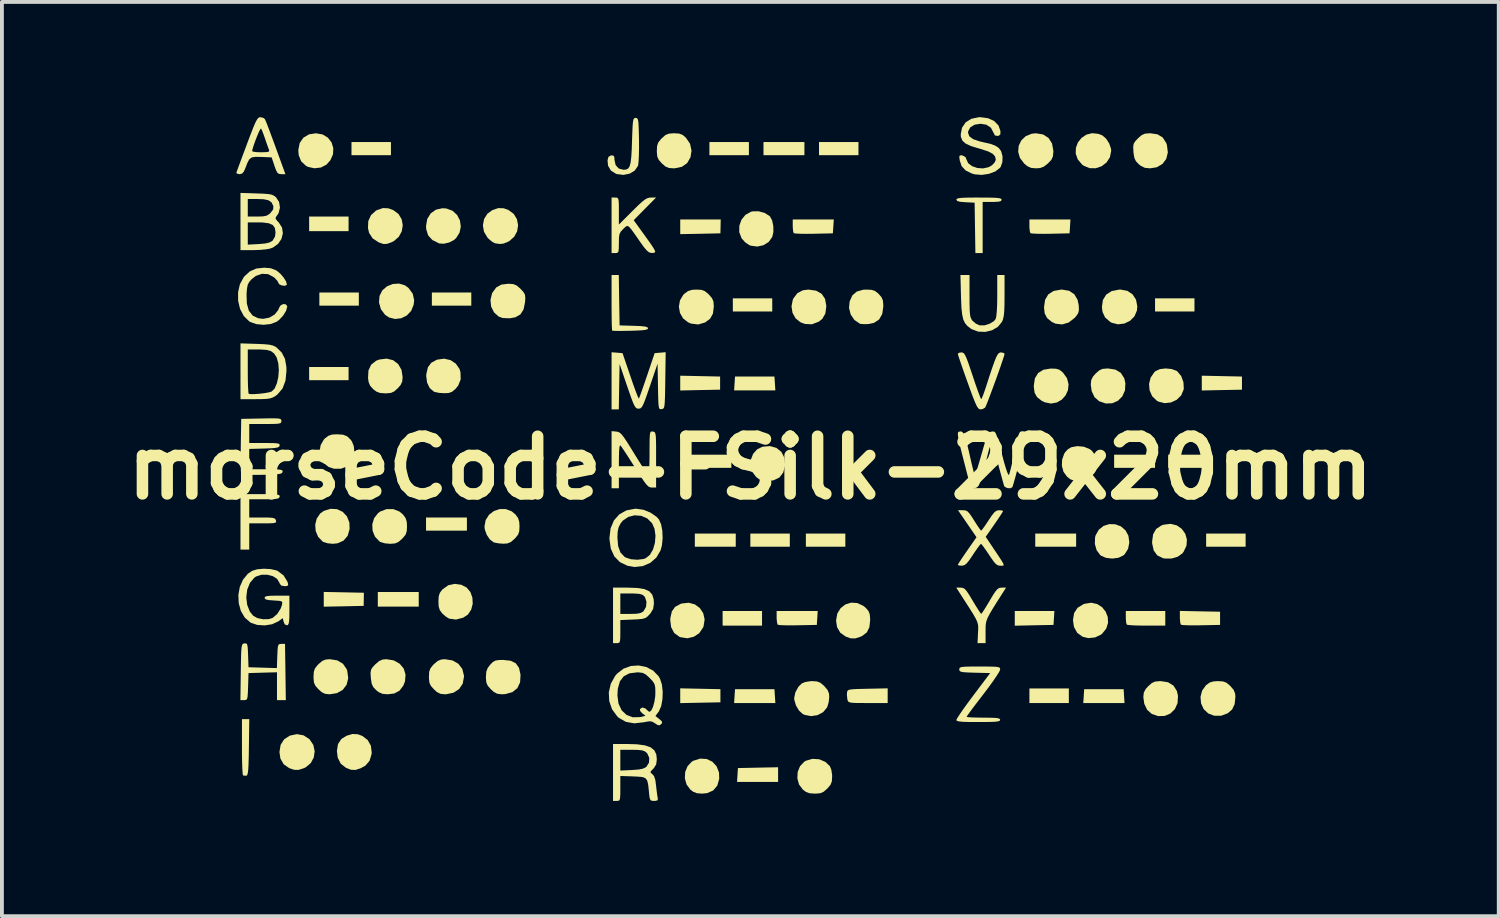
<source format=kicad_pcb>
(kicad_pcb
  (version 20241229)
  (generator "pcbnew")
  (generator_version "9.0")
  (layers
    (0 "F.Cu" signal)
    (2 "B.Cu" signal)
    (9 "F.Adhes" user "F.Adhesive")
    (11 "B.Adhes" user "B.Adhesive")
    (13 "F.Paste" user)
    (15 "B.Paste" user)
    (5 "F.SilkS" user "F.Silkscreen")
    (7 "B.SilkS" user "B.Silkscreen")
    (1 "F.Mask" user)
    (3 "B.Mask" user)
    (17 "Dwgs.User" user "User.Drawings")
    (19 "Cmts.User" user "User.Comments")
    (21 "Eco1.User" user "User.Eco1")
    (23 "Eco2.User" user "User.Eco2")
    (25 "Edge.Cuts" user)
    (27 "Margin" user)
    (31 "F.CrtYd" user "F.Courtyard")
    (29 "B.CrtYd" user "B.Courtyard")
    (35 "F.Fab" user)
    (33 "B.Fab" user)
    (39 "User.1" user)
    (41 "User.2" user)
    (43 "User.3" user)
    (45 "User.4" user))
  (footprint "morseCode-FSilk-29x20mm"
    (layer "F.Cu")
    (at 16.479 9.126)
    (property "Reference" "morseCode-FSilk-29x20mm" (at 0 0 0) (layer "F.SilkS") (effects (font (size 1.5 1.5) (thickness 0.3))))
    (attr board_only exclude_from_pos_files exclude_from_bom)
    (fp_poly (pts (xy -10.581 3.24) (xy -10.058 3.251) (xy -10.061 3.422) (xy -10.064 3.593) (xy -10.583 3.604) (xy -11.103 3.614) (xy -11.103 3.422) (xy -11.103 3.23)) (stroke (width 0) (type solid)) (fill yes) (layer "F.SilkS"))
    (fp_poly (pts (xy -10.457 -6.35) (xy -10.457 -6.16) (xy -10.97 -6.16) (xy -11.483 -6.16) (xy -11.483 -6.35) (xy -11.483 -6.54) (xy -10.97 -6.54) (xy -10.457 -6.54)) (stroke (width 0) (type solid)) (fill yes) (layer "F.SilkS"))
    (fp_poly (pts (xy -10.457 -2.453) (xy -10.457 -2.281) (xy -10.97 -2.281) (xy -11.483 -2.281) (xy -11.483 -2.453) (xy -11.483 -2.624) (xy -10.97 -2.624) (xy -10.457 -2.624)) (stroke (width 0) (type solid)) (fill yes) (layer "F.SilkS"))
    (fp_poly (pts (xy -10.19 -4.392) (xy -10.19 -4.221) (xy -10.704 -4.221) (xy -11.217 -4.221) (xy -11.217 -4.392) (xy -11.217 -4.563) (xy -10.704 -4.563) (xy -10.19 -4.563)) (stroke (width 0) (type solid)) (fill yes) (layer "F.SilkS"))
    (fp_poly (pts (xy -9.354 -8.308) (xy -9.354 -8.137) (xy -9.867 -8.137) (xy -10.381 -8.137) (xy -10.381 -8.308) (xy -10.381 -8.479) (xy -9.867 -8.479) (xy -9.354 -8.479)) (stroke (width 0) (type solid)) (fill yes) (layer "F.SilkS"))
    (fp_poly (pts (xy -8.631 3.422) (xy -8.631 3.612) (xy -9.164 3.612) (xy -9.696 3.612) (xy -9.696 3.422) (xy -9.696 3.232) (xy -9.164 3.232) (xy -8.631 3.232)) (stroke (width 0) (type solid)) (fill yes) (layer "F.SilkS"))
    (fp_poly (pts (xy -7.377 1.464) (xy -7.377 1.635) (xy -7.909 1.635) (xy -8.441 1.635) (xy -8.441 1.464) (xy -8.441 1.293) (xy -7.909 1.293) (xy -7.377 1.293)) (stroke (width 0) (type solid)) (fill yes) (layer "F.SilkS"))
    (fp_poly (pts (xy -7.263 -4.392) (xy -7.263 -4.221) (xy -7.776 -4.221) (xy -8.289 -4.221) (xy -8.289 -4.392) (xy -8.289 -4.563) (xy -7.776 -4.563) (xy -7.263 -4.563)) (stroke (width 0) (type solid)) (fill yes) (layer "F.SilkS"))
    (fp_poly (pts (xy -1.306 -2.387) (xy -0.787 -2.376) (xy -0.787 -2.205) (xy -0.787 -2.034) (xy -1.306 -2.024) (xy -1.825 -2.013) (xy -1.825 -2.205) (xy -1.825 -2.398)) (stroke (width 0) (type solid)) (fill yes) (layer "F.SilkS"))
    (fp_poly (pts (xy -1.302 5.75) (xy -0.779 5.761) (xy -0.779 5.932) (xy -0.779 6.103) (xy -1.302 6.113) (xy -1.825 6.124) (xy -1.825 5.932) (xy -1.825 5.739)) (stroke (width 0) (type solid)) (fill yes) (layer "F.SilkS"))
    (fp_poly (pts (xy -0.775 -6.283) (xy -0.779 -6.103) (xy -1.302 -6.092) (xy -1.825 -6.082) (xy -1.825 -6.273) (xy -1.825 -6.464) (xy -1.298 -6.464) (xy -0.771 -6.464)) (stroke (width 0) (type solid)) (fill yes) (layer "F.SilkS"))
    (fp_poly (pts (xy -0.494 -0.171) (xy -0.494 0) (xy -1.027 0) (xy -1.559 0) (xy -1.559 -0.171) (xy -1.559 -0.342) (xy -1.027 -0.342) (xy -0.494 -0.342)) (stroke (width 0) (type solid)) (fill yes) (layer "F.SilkS"))
    (fp_poly (pts (xy -0.38 1.882) (xy -0.38 2.053) (xy -0.913 2.053) (xy -1.445 2.053) (xy -1.445 1.882) (xy -1.445 1.711) (xy -0.913 1.711) (xy -0.38 1.711)) (stroke (width 0) (type solid)) (fill yes) (layer "F.SilkS"))
    (fp_poly (pts (xy -0.038 -8.308) (xy -0.038 -8.137) (xy -0.551 -8.137) (xy -1.065 -8.137) (xy -1.065 -8.308) (xy -1.065 -8.479) (xy -0.551 -8.479) (xy -0.038 -8.479)) (stroke (width 0) (type solid)) (fill yes) (layer "F.SilkS"))
    (fp_poly (pts (xy 0.304 3.916) (xy 0.304 4.107) (xy -0.209 4.107) (xy -0.722 4.107) (xy -0.722 3.916) (xy -0.722 3.726) (xy -0.209 3.726) (xy 0.304 3.726)) (stroke (width 0) (type solid)) (fill yes) (layer "F.SilkS"))
    (fp_poly (pts (xy 0.57 -4.24) (xy 0.57 -4.069) (xy 0.057 -4.069) (xy -0.456 -4.069) (xy -0.456 -4.24) (xy -0.456 -4.411) (xy 0.057 -4.411) (xy 0.57 -4.411)) (stroke (width 0) (type solid)) (fill yes) (layer "F.SilkS"))
    (fp_poly (pts (xy 0.639 -2.196) (xy 0.651 -2.015) (xy 0.114 -2.015) (xy -0.422 -2.015) (xy -0.411 -2.196) (xy -0.399 -2.376) (xy 0.114 -2.376) (xy 0.627 -2.376)) (stroke (width 0) (type solid)) (fill yes) (layer "F.SilkS"))
    (fp_poly (pts (xy 0.639 5.941) (xy 0.651 6.122) (xy 0.114 6.122) (xy -0.422 6.122) (xy -0.411 5.941) (xy -0.399 5.761) (xy 0.114 5.761) (xy 0.627 5.761)) (stroke (width 0) (type solid)) (fill yes) (layer "F.SilkS"))
    (fp_poly (pts (xy 0.722 7.984) (xy 0.722 8.175) (xy 0.188 8.175) (xy -0.346 8.175) (xy -0.335 7.995) (xy -0.323 7.814) (xy 0.2 7.803) (xy 0.722 7.793)) (stroke (width 0) (type solid)) (fill yes) (layer "F.SilkS"))
    (fp_poly (pts (xy 1.027 1.882) (xy 1.027 2.053) (xy 0.513 2.053) (xy 0 2.053) (xy 0 1.882) (xy 0 1.711) (xy 0.513 1.711) (xy 1.027 1.711)) (stroke (width 0) (type solid)) (fill yes) (layer "F.SilkS"))
    (fp_poly (pts (xy 1.407 -8.308) (xy 1.407 -8.137) (xy 0.875 -8.137) (xy 0.342 -8.137) (xy 0.342 -8.308) (xy 0.342 -8.479) (xy 0.875 -8.479) (xy 1.407 -8.479)) (stroke (width 0) (type solid)) (fill yes) (layer "F.SilkS"))
    (fp_poly (pts (xy 2.472 1.882) (xy 2.472 2.053) (xy 1.958 2.053) (xy 1.445 2.053) (xy 1.445 1.882) (xy 1.445 1.711) (xy 1.958 1.711) (xy 2.472 1.711)) (stroke (width 0) (type solid)) (fill yes) (layer "F.SilkS"))
    (fp_poly (pts (xy 2.814 -8.308) (xy 2.814 -8.137) (xy 2.3 -8.137) (xy 1.787 -8.137) (xy 1.787 -8.308) (xy 1.787 -8.479) (xy 2.3 -8.479) (xy 2.814 -8.479)) (stroke (width 0) (type solid)) (fill yes) (layer "F.SilkS"))
    (fp_poly (pts (xy 7.902 3.907) (xy 7.89 4.088) (xy 7.386 4.098) (xy 6.882 4.109) (xy 6.882 3.918) (xy 6.882 3.726) (xy 7.398 3.726) (xy 7.913 3.726)) (stroke (width 0) (type solid)) (fill yes) (layer "F.SilkS"))
    (fp_poly (pts (xy 8.289 5.932) (xy 8.289 6.122) (xy 7.776 6.122) (xy 7.263 6.122) (xy 7.263 5.932) (xy 7.263 5.742) (xy 7.776 5.742) (xy 8.289 5.742)) (stroke (width 0) (type solid)) (fill yes) (layer "F.SilkS"))
    (fp_poly (pts (xy 8.479 1.882) (xy 8.479 2.053) (xy 7.947 2.053) (xy 7.415 2.053) (xy 7.415 1.882) (xy 7.415 1.711) (xy 7.947 1.711) (xy 8.479 1.711)) (stroke (width 0) (type solid)) (fill yes) (layer "F.SilkS"))
    (fp_poly (pts (xy 9.727 5.941) (xy 9.738 6.122) (xy 9.202 6.122) (xy 8.665 6.122) (xy 8.677 5.941) (xy 8.688 5.761) (xy 9.202 5.761) (xy 9.715 5.761)) (stroke (width 0) (type solid)) (fill yes) (layer "F.SilkS"))
    (fp_poly (pts (xy 10.533 -0.171) (xy 10.533 0) (xy 10 0) (xy 9.468 0) (xy 9.468 -0.171) (xy 9.468 -0.342) (xy 10 -0.342) (xy 10.533 -0.342)) (stroke (width 0) (type solid)) (fill yes) (layer "F.SilkS"))
    (fp_poly (pts (xy 11.559 -4.24) (xy 11.559 -4.069) (xy 11.046 -4.069) (xy 10.533 -4.069) (xy 10.533 -4.24) (xy 10.533 -4.411) (xy 11.046 -4.411) (xy 11.559 -4.411)) (stroke (width 0) (type solid)) (fill yes) (layer "F.SilkS"))
    (fp_poly (pts (xy 11.94 -0.171) (xy 11.94 0) (xy 11.407 0) (xy 10.875 0) (xy 10.875 -0.171) (xy 10.875 -0.342) (xy 11.407 -0.342) (xy 11.94 -0.342)) (stroke (width 0) (type solid)) (fill yes) (layer "F.SilkS"))
    (fp_poly (pts (xy 12.272 -2.387) (xy 12.795 -2.376) (xy 12.795 -2.205) (xy 12.795 -2.034) (xy 12.272 -2.024) (xy 11.749 -2.013) (xy 11.749 -2.205) (xy 11.749 -2.398)) (stroke (width 0) (type solid)) (fill yes) (layer "F.SilkS"))
    (fp_poly (pts (xy 12.89 1.882) (xy 12.89 2.053) (xy 12.377 2.053) (xy 11.863 2.053) (xy 11.863 1.882) (xy 11.863 1.711) (xy 12.377 1.711) (xy 12.89 1.711)) (stroke (width 0) (type solid)) (fill yes) (layer "F.SilkS"))
    (fp_poly (pts (xy 1.742 3.907) (xy 1.73 4.088) (xy 1.234 4.098) (xy 1.046 4.1) (xy 0.887 4.098) (xy 0.771 4.093) (xy 0.714 4.084) (xy 0.711 4.082) (xy 0.695 4.031) (xy 0.685 3.934) (xy 0.684 3.891) (xy 0.684 3.726) (xy 1.219 3.726) (xy 1.753 3.726)) (stroke (width 0) (type solid)) (fill yes) (layer "F.SilkS"))
    (fp_poly (pts (xy 2.16 -6.283) (xy 2.148 -6.103) (xy 1.652 -6.092) (xy 1.465 -6.09) (xy 1.306 -6.092) (xy 1.19 -6.098) (xy 1.132 -6.106) (xy 1.129 -6.108) (xy 1.113 -6.159) (xy 1.104 -6.257) (xy 1.103 -6.299) (xy 1.103 -6.464) (xy 1.637 -6.464) (xy 2.172 -6.464)) (stroke (width 0) (type solid)) (fill yes) (layer "F.SilkS"))
    (fp_poly (pts (xy 8.32 -6.283) (xy 8.308 -6.103) (xy 7.812 -6.092) (xy 7.625 -6.09) (xy 7.466 -6.092) (xy 7.35 -6.098) (xy 7.292 -6.106) (xy 7.289 -6.108) (xy 7.273 -6.159) (xy 7.263 -6.257) (xy 7.263 -6.299) (xy 7.263 -6.464) (xy 7.797 -6.464) (xy 8.331 -6.464)) (stroke (width 0) (type solid)) (fill yes) (layer "F.SilkS"))
    (fp_poly (pts (xy 10.799 3.916) (xy 10.799 4.107) (xy 10.311 4.107) (xy 10.125 4.105) (xy 9.968 4.1) (xy 9.855 4.092) (xy 9.8 4.083) (xy 9.798 4.081) (xy 9.782 4.031) (xy 9.773 3.934) (xy 9.772 3.891) (xy 9.772 3.726) (xy 10.285 3.726) (xy 10.799 3.726)) (stroke (width 0) (type solid)) (fill yes) (layer "F.SilkS"))
    (fp_poly (pts (xy 11.702 3.735) (xy 12.225 3.745) (xy 12.225 3.916) (xy 12.225 4.088) (xy 11.728 4.098) (xy 11.541 4.1) (xy 11.382 4.098) (xy 11.266 4.093) (xy 11.208 4.084) (xy 11.205 4.082) (xy 11.189 4.031) (xy 11.18 3.933) (xy 11.179 3.89) (xy 11.179 3.724)) (stroke (width 0) (type solid)) (fill yes) (layer "F.SilkS"))
    (fp_poly (pts (xy -11.131 -8.676) (xy -10.993 -8.591) (xy -10.899 -8.467) (xy -10.854 -8.318) (xy -10.863 -8.159) (xy -10.93 -8.005) (xy -11.032 -7.891) (xy -11.176 -7.816) (xy -11.345 -7.796) (xy -11.511 -7.832) (xy -11.566 -7.86) (xy -11.691 -7.978) (xy -11.755 -8.138) (xy -11.765 -8.27) (xy -11.729 -8.454) (xy -11.634 -8.592) (xy -11.487 -8.679) (xy -11.308 -8.707)) (stroke (width 0) (type solid)) (fill yes) (layer "F.SilkS"))
    (fp_poly (pts (xy -8.99 -4.75) (xy -8.897 -4.682) (xy -8.787 -4.531) (xy -8.75 -4.363) (xy -8.762 -4.249) (xy -8.827 -4.086) (xy -8.941 -3.965) (xy -9.086 -3.893) (xy -9.246 -3.874) (xy -9.405 -3.914) (xy -9.507 -3.983) (xy -9.616 -4.129) (xy -9.665 -4.306) (xy -9.651 -4.474) (xy -9.578 -4.619) (xy -9.456 -4.724) (xy -9.305 -4.785) (xy -9.143 -4.795)) (stroke (width 0) (type solid)) (fill yes) (layer "F.SilkS"))
    (fp_poly (pts (xy -13.051 7.272) (xy -13.055 7.529) (xy -13.061 7.72) (xy -13.068 7.854) (xy -13.079 7.941) (xy -13.093 7.99) (xy -13.111 8.011) (xy -13.12 8.014) (xy -13.188 8.01) (xy -13.206 7.999) (xy -13.214 7.954) (xy -13.221 7.846) (xy -13.227 7.686) (xy -13.231 7.487) (xy -13.232 7.261) (xy -13.232 7.256) (xy -13.232 6.54) (xy -13.136 6.54) (xy -13.041 6.54)) (stroke (width 0) (type solid)) (fill yes) (layer "F.SilkS"))
    (fp_poly (pts (xy -11.627 6.963) (xy -11.474 7.064) (xy -11.471 7.067) (xy -11.374 7.212) (xy -11.339 7.375) (xy -11.363 7.54) (xy -11.442 7.686) (xy -11.573 7.795) (xy -11.616 7.816) (xy -11.754 7.861) (xy -11.872 7.86) (xy -12.003 7.815) (xy -12.145 7.716) (xy -12.231 7.567) (xy -12.256 7.396) (xy -12.225 7.208) (xy -12.133 7.065) (xy -11.986 6.97) (xy -11.802 6.931)) (stroke (width 0) (type solid)) (fill yes) (layer "F.SilkS"))
    (fp_poly (pts (xy -10.756 1.076) (xy -10.61 1.145) (xy -10.499 1.264) (xy -10.436 1.425) (xy -10.43 1.593) (xy -10.481 1.77) (xy -10.588 1.895) (xy -10.743 1.964) (xy -10.867 1.977) (xy -11.001 1.964) (xy -11.11 1.931) (xy -11.133 1.918) (xy -11.249 1.796) (xy -11.313 1.644) (xy -11.325 1.479) (xy -11.286 1.321) (xy -11.196 1.189) (xy -11.104 1.122) (xy -10.925 1.066)) (stroke (width 0) (type solid)) (fill yes) (layer "F.SilkS"))
    (fp_poly (pts (xy -10.213 6.935) (xy -10.097 6.979) (xy -9.96 7.084) (xy -9.876 7.233) (xy -9.855 7.412) (xy -9.858 7.45) (xy -9.91 7.624) (xy -10.018 7.75) (xy -10.142 7.819) (xy -10.278 7.863) (xy -10.396 7.858) (xy -10.525 7.807) (xy -10.66 7.701) (xy -10.739 7.545) (xy -10.761 7.368) (xy -10.732 7.189) (xy -10.644 7.057) (xy -10.51 6.973) (xy -10.353 6.927)) (stroke (width 0) (type solid)) (fill yes) (layer "F.SilkS"))
    (fp_poly (pts (xy -1.136 7.578) (xy -0.99 7.648) (xy -0.879 7.767) (xy -0.816 7.927) (xy -0.81 8.095) (xy -0.861 8.272) (xy -0.966 8.396) (xy -1.122 8.466) (xy -1.255 8.479) (xy -1.39 8.469) (xy -1.489 8.43) (xy -1.562 8.374) (xy -1.661 8.24) (xy -1.705 8.08) (xy -1.696 7.915) (xy -1.634 7.765) (xy -1.524 7.648) (xy -1.484 7.624) (xy -1.305 7.568)) (stroke (width 0) (type solid)) (fill yes) (layer "F.SilkS"))
    (fp_poly (pts (xy 0.678 -0.519) (xy 0.806 -0.416) (xy 0.884 -0.266) (xy 0.903 -0.077) (xy 0.902 -0.059) (xy 0.855 0.124) (xy 0.756 0.252) (xy 0.605 0.325) (xy 0.456 0.342) (xy 0.321 0.332) (xy 0.223 0.293) (xy 0.148 0.235) (xy 0.048 0.102) (xy 0.004 -0.054) (xy 0.014 -0.215) (xy 0.072 -0.364) (xy 0.176 -0.481) (xy 0.315 -0.549) (xy 0.511 -0.566)) (stroke (width 0) (type solid)) (fill yes) (layer "F.SilkS"))
    (fp_poly (pts (xy 1.71 -4.611) (xy 1.855 -4.53) (xy 1.944 -4.398) (xy 1.977 -4.215) (xy 1.977 -4.202) (xy 1.952 -4.016) (xy 1.873 -3.878) (xy 1.779 -3.803) (xy 1.603 -3.736) (xy 1.42 -3.745) (xy 1.305 -3.788) (xy 1.177 -3.89) (xy 1.097 -4.035) (xy 1.071 -4.202) (xy 1.104 -4.371) (xy 1.121 -4.41) (xy 1.226 -4.548) (xy 1.37 -4.622) (xy 1.512 -4.639)) (stroke (width 0) (type solid)) (fill yes) (layer "F.SilkS"))
    (fp_poly (pts (xy 9.024 3.544) (xy 9.152 3.625) (xy 9.247 3.743) (xy 9.302 3.884) (xy 9.31 4.035) (xy 9.263 4.184) (xy 9.156 4.317) (xy 9.125 4.342) (xy 8.972 4.414) (xy 8.799 4.432) (xy 8.649 4.397) (xy 8.508 4.295) (xy 8.423 4.143) (xy 8.397 3.964) (xy 8.426 3.781) (xy 8.515 3.644) (xy 8.667 3.55) (xy 8.694 3.54) (xy 8.869 3.511)) (stroke (width 0) (type solid)) (fill yes) (layer "F.SilkS"))
    (fp_poly (pts (xy 9.813 -4.606) (xy 9.949 -4.514) (xy 10.038 -4.375) (xy 10.071 -4.203) (xy 10.061 -4.094) (xy 9.997 -3.942) (xy 9.882 -3.826) (xy 9.733 -3.755) (xy 9.568 -3.735) (xy 9.407 -3.775) (xy 9.366 -3.798) (xy 9.234 -3.912) (xy 9.166 -4.057) (xy 9.15 -4.185) (xy 9.176 -4.37) (xy 9.262 -4.509) (xy 9.403 -4.6) (xy 9.597 -4.638) (xy 9.64 -4.639)) (stroke (width 0) (type solid)) (fill yes) (layer "F.SilkS"))
    (fp_poly (pts (xy -7.909 -6.749) (xy -7.749 -6.689) (xy -7.631 -6.579) (xy -7.558 -6.437) (xy -7.536 -6.279) (xy -7.568 -6.122) (xy -7.657 -5.981) (xy -7.719 -5.926) (xy -7.839 -5.865) (xy -7.976 -5.833) (xy -8.092 -5.839) (xy -8.099 -5.841) (xy -8.276 -5.929) (xy -8.386 -6.049) (xy -8.436 -6.209) (xy -8.441 -6.293) (xy -8.409 -6.478) (xy -8.318 -6.624) (xy -8.181 -6.72) (xy -8.009 -6.757)) (stroke (width 0) (type solid)) (fill yes) (layer "F.SilkS"))
    (fp_poly (pts (xy -1.444 3.554) (xy -1.315 3.649) (xy -1.227 3.783) (xy -1.19 3.944) (xy -1.217 4.121) (xy -1.23 4.156) (xy -1.329 4.302) (xy -1.472 4.397) (xy -1.64 4.436) (xy -1.815 4.409) (xy -1.851 4.395) (xy -1.983 4.297) (xy -2.062 4.148) (xy -2.085 3.959) (xy -2.082 3.91) (xy -2.043 3.737) (xy -1.959 3.619) (xy -1.818 3.542) (xy -1.784 3.531) (xy -1.604 3.511)) (stroke (width 0) (type solid)) (fill yes) (layer "F.SilkS"))
    (fp_poly (pts (xy 3.574 5.931) (xy 3.574 6.122) (xy 3.062 6.122) (xy 2.856 6.121) (xy 2.713 6.119) (xy 2.622 6.112) (xy 2.569 6.098) (xy 2.543 6.076) (xy 2.53 6.044) (xy 2.526 6.031) (xy 2.513 5.919) (xy 2.516 5.85) (xy 2.523 5.814) (xy 2.542 5.789) (xy 2.584 5.773) (xy 2.662 5.763) (xy 2.787 5.756) (xy 2.972 5.752) (xy 3.051 5.75) (xy 3.574 5.739)) (stroke (width 0) (type solid)) (fill yes) (layer "F.SilkS"))
    (fp_poly (pts (xy 8.296 -4.608) (xy 8.431 -4.518) (xy 8.517 -4.372) (xy 8.546 -4.232) (xy 8.552 -4.111) (xy 8.534 -4.028) (xy 8.48 -3.948) (xy 8.435 -3.898) (xy 8.285 -3.782) (xy 8.116 -3.732) (xy 7.945 -3.751) (xy 7.845 -3.798) (xy 7.723 -3.898) (xy 7.66 -4.019) (xy 7.643 -4.178) (xy 7.671 -4.373) (xy 7.754 -4.514) (xy 7.891 -4.603) (xy 8.082 -4.638) (xy 8.114 -4.639)) (stroke (width 0) (type solid)) (fill yes) (layer "F.SilkS"))
    (fp_poly (pts (xy 9.06 -8.692) (xy 9.161 -8.652) (xy 9.259 -8.568) (xy 9.341 -8.44) (xy 9.387 -8.303) (xy 9.392 -8.254) (xy 9.359 -8.085) (xy 9.27 -7.947) (xy 9.142 -7.849) (xy 8.99 -7.797) (xy 8.829 -7.799) (xy 8.675 -7.863) (xy 8.635 -7.892) (xy 8.52 -8.029) (xy 8.468 -8.179) (xy 8.473 -8.329) (xy 8.525 -8.469) (xy 8.619 -8.586) (xy 8.744 -8.671) (xy 8.894 -8.71)) (stroke (width 0) (type solid)) (fill yes) (layer "F.SilkS"))
    (fp_poly (pts (xy 9.496 1.469) (xy 9.643 1.523) (xy 9.764 1.627) (xy 9.839 1.766) (xy 9.864 1.94) (xy 9.831 2.108) (xy 9.745 2.246) (xy 9.709 2.279) (xy 9.58 2.341) (xy 9.418 2.362) (xy 9.256 2.343) (xy 9.124 2.285) (xy 9.107 2.272) (xy 9.013 2.145) (xy 8.966 1.981) (xy 8.972 1.807) (xy 8.986 1.757) (xy 9.07 1.609) (xy 9.193 1.512) (xy 9.341 1.465)) (stroke (width 0) (type solid)) (fill yes) (layer "F.SilkS"))
    (fp_poly (pts (xy 9.502 -2.556) (xy 9.643 -2.47) (xy 9.732 -2.329) (xy 9.761 -2.201) (xy 9.75 -2.014) (xy 9.68 -1.858) (xy 9.565 -1.744) (xy 9.416 -1.68) (xy 9.248 -1.675) (xy 9.079 -1.733) (xy 8.958 -1.839) (xy 8.883 -1.997) (xy 8.86 -2.169) (xy 8.872 -2.285) (xy 8.919 -2.378) (xy 8.989 -2.456) (xy 9.08 -2.536) (xy 9.165 -2.575) (xy 9.281 -2.585) (xy 9.311 -2.586)) (stroke (width 0) (type solid)) (fill yes) (layer "F.SilkS"))
    (fp_poly (pts (xy 10.871 5.581) (xy 11.012 5.667) (xy 11.101 5.808) (xy 11.13 5.936) (xy 11.119 6.124) (xy 11.049 6.279) (xy 10.934 6.393) (xy 10.785 6.457) (xy 10.616 6.462) (xy 10.448 6.405) (xy 10.327 6.298) (xy 10.252 6.14) (xy 10.228 5.968) (xy 10.24 5.852) (xy 10.287 5.759) (xy 10.358 5.681) (xy 10.449 5.601) (xy 10.534 5.563) (xy 10.65 5.552) (xy 10.68 5.551)) (stroke (width 0) (type solid)) (fill yes) (layer "F.SilkS"))
    (fp_poly (pts (xy 11.099 1.498) (xy 11.228 1.588) (xy 11.319 1.715) (xy 11.362 1.865) (xy 11.351 2.026) (xy 11.276 2.185) (xy 11.244 2.226) (xy 11.125 2.313) (xy 10.965 2.36) (xy 10.792 2.361) (xy 10.735 2.35) (xy 10.59 2.278) (xy 10.498 2.151) (xy 10.458 1.97) (xy 10.457 1.92) (xy 10.482 1.731) (xy 10.56 1.593) (xy 10.696 1.501) (xy 10.759 1.479) (xy 10.94 1.458)) (stroke (width 0) (type solid)) (fill yes) (layer "F.SilkS"))
    (fp_poly (pts (xy -10.599 -0.862) (xy -10.493 -0.82) (xy -10.405 -0.735) (xy -10.369 -0.685) (xy -10.322 -0.568) (xy -10.306 -0.417) (xy -10.321 -0.269) (xy -10.364 -0.16) (xy -10.492 -0.04) (xy -10.654 0.023) (xy -10.834 0.024) (xy -10.977 -0.023) (xy -11.104 -0.124) (xy -11.182 -0.266) (xy -11.21 -0.428) (xy -11.184 -0.591) (xy -11.102 -0.734) (xy -11.067 -0.77) (xy -10.977 -0.836) (xy -10.881 -0.867) (xy -10.751 -0.873)) (stroke (width 0) (type solid)) (fill yes) (layer "F.SilkS"))
    (fp_poly (pts (xy -9.419 -6.754) (xy -9.291 -6.706) (xy -9.156 -6.605) (xy -9.075 -6.469) (xy -9.047 -6.314) (xy -9.072 -6.157) (xy -9.149 -6.014) (xy -9.277 -5.902) (xy -9.34 -5.87) (xy -9.456 -5.829) (xy -9.546 -5.825) (xy -9.65 -5.859) (xy -9.677 -5.871) (xy -9.83 -5.971) (xy -9.922 -6.112) (xy -9.952 -6.238) (xy -9.944 -6.422) (xy -9.872 -6.578) (xy -9.745 -6.693) (xy -9.714 -6.709) (xy -9.561 -6.761)) (stroke (width 0) (type solid)) (fill yes) (layer "F.SilkS"))
    (fp_poly (pts (xy 2.785 3.519) (xy 2.942 3.593) (xy 3.01 3.65) (xy 3.076 3.729) (xy 3.108 3.813) (xy 3.118 3.935) (xy 3.118 3.962) (xy 3.098 4.148) (xy 3.033 4.281) (xy 2.915 4.373) (xy 2.867 4.396) (xy 2.729 4.44) (xy 2.609 4.437) (xy 2.484 4.393) (xy 2.342 4.293) (xy 2.256 4.145) (xy 2.231 3.974) (xy 2.263 3.793) (xy 2.349 3.652) (xy 2.474 3.555) (xy 2.624 3.509)) (stroke (width 0) (type solid)) (fill yes) (layer "F.SilkS"))
    (fp_poly (pts (xy 10.962 -2.572) (xy 11.09 -2.526) (xy 11.114 -2.509) (xy 11.213 -2.389) (xy 11.272 -2.229) (xy 11.281 -2.062) (xy 11.277 -2.038) (xy 11.214 -1.887) (xy 11.098 -1.772) (xy 10.949 -1.702) (xy 10.784 -1.683) (xy 10.623 -1.723) (xy 10.579 -1.747) (xy 10.458 -1.864) (xy 10.391 -2.016) (xy 10.377 -2.184) (xy 10.418 -2.349) (xy 10.515 -2.49) (xy 10.547 -2.518) (xy 10.659 -2.569) (xy 10.807 -2.587)) (stroke (width 0) (type solid)) (fill yes) (layer "F.SilkS"))
    (fp_poly (pts (xy -9.297 -2.801) (xy -9.165 -2.7) (xy -9.079 -2.548) (xy -9.05 -2.363) (xy -9.061 -2.245) (xy -9.104 -2.153) (xy -9.179 -2.069) (xy -9.27 -1.988) (xy -9.355 -1.95) (xy -9.471 -1.939) (xy -9.502 -1.939) (xy -9.637 -1.948) (xy -9.734 -1.985) (xy -9.814 -2.046) (xy -9.895 -2.135) (xy -9.936 -2.236) (xy -9.95 -2.341) (xy -9.939 -2.536) (xy -9.868 -2.686) (xy -9.738 -2.788) (xy -9.66 -2.818) (xy -9.466 -2.843)) (stroke (width 0) (type solid)) (fill yes) (layer "F.SilkS"))
    (fp_poly (pts (xy -7.803 -2.803) (xy -7.665 -2.711) (xy -7.57 -2.573) (xy -7.544 -2.487) (xy -7.539 -2.301) (xy -7.603 -2.141) (xy -7.68 -2.048) (xy -7.765 -1.978) (xy -7.856 -1.947) (xy -7.973 -1.942) (xy -8.1 -1.951) (xy -8.208 -1.973) (xy -8.238 -1.984) (xy -8.344 -2.075) (xy -8.413 -2.216) (xy -8.436 -2.388) (xy -8.432 -2.448) (xy -8.391 -2.619) (xy -8.304 -2.735) (xy -8.162 -2.812) (xy -8.149 -2.816) (xy -7.97 -2.841)) (stroke (width 0) (type solid)) (fill yes) (layer "F.SilkS"))
    (fp_poly (pts (xy -6.418 -6.755) (xy -6.297 -6.711) (xy -6.158 -6.609) (xy -6.075 -6.471) (xy -6.045 -6.315) (xy -6.069 -6.157) (xy -6.146 -6.014) (xy -6.274 -5.901) (xy -6.336 -5.87) (xy -6.433 -5.835) (xy -6.514 -5.826) (xy -6.619 -5.84) (xy -6.643 -5.844) (xy -6.718 -5.882) (xy -6.809 -5.958) (xy -6.842 -5.993) (xy -6.933 -6.145) (xy -6.961 -6.311) (xy -6.931 -6.473) (xy -6.844 -6.613) (xy -6.717 -6.706) (xy -6.56 -6.76)) (stroke (width 0) (type solid)) (fill yes) (layer "F.SilkS"))
    (fp_poly (pts (xy -6.176 -4.783) (xy -6.087 -4.749) (xy -5.995 -4.672) (xy -5.98 -4.657) (xy -5.904 -4.574) (xy -5.866 -4.506) (xy -5.857 -4.419) (xy -5.864 -4.312) (xy -5.902 -4.124) (xy -5.984 -3.994) (xy -6.115 -3.918) (xy -6.261 -3.892) (xy -6.441 -3.899) (xy -6.549 -3.936) (xy -6.672 -4.046) (xy -6.746 -4.196) (xy -6.764 -4.368) (xy -6.723 -4.539) (xy -6.711 -4.562) (xy -6.613 -4.695) (xy -6.479 -4.769) (xy -6.3 -4.791)) (stroke (width 0) (type solid)) (fill yes) (layer "F.SilkS"))
    (fp_poly (pts (xy 7.619 -8.676) (xy 7.761 -8.585) (xy 7.852 -8.441) (xy 7.886 -8.251) (xy 7.886 -8.22) (xy 7.874 -8.103) (xy 7.834 -8.016) (xy 7.748 -7.925) (xy 7.744 -7.922) (xy 7.639 -7.839) (xy 7.54 -7.802) (xy 7.434 -7.795) (xy 7.308 -7.806) (xy 7.209 -7.851) (xy 7.128 -7.918) (xy 7.017 -8.064) (xy 6.971 -8.223) (xy 6.984 -8.38) (xy 7.051 -8.521) (xy 7.166 -8.631) (xy 7.323 -8.696) (xy 7.434 -8.707)) (stroke (width 0) (type solid)) (fill yes) (layer "F.SilkS"))
    (fp_poly (pts (xy 7.957 -2.579) (xy 8.044 -2.552) (xy 8.122 -2.492) (xy 8.138 -2.476) (xy 8.242 -2.33) (xy 8.282 -2.175) (xy 8.267 -2.023) (xy 8.205 -1.886) (xy 8.105 -1.774) (xy 7.975 -1.7) (xy 7.824 -1.673) (xy 7.661 -1.706) (xy 7.579 -1.747) (xy 7.461 -1.841) (xy 7.398 -1.955) (xy 7.377 -2.113) (xy 7.377 -2.137) (xy 7.405 -2.328) (xy 7.489 -2.467) (xy 7.627 -2.553) (xy 7.818 -2.584) (xy 7.826 -2.584)) (stroke (width 0) (type solid)) (fill yes) (layer "F.SilkS"))
    (fp_poly (pts (xy 12.299 5.559) (xy 12.387 5.59) (xy 12.474 5.661) (xy 12.495 5.681) (xy 12.58 5.782) (xy 12.618 5.878) (xy 12.624 5.963) (xy 12.604 6.151) (xy 12.54 6.288) (xy 12.425 6.388) (xy 12.251 6.453) (xy 12.069 6.451) (xy 11.917 6.392) (xy 11.798 6.279) (xy 11.73 6.129) (xy 11.716 5.962) (xy 11.757 5.8) (xy 11.855 5.663) (xy 11.862 5.656) (xy 11.955 5.588) (xy 12.056 5.558) (xy 12.172 5.551)) (stroke (width 0) (type solid)) (fill yes) (layer "F.SilkS"))
    (fp_poly (pts (xy -10.752 5.011) (xy -10.604 5.098) (xy -10.507 5.238) (xy -10.491 5.284) (xy -10.466 5.477) (xy -10.508 5.646) (xy -10.608 5.778) (xy -10.76 5.864) (xy -10.945 5.894) (xy -11.064 5.883) (xy -11.155 5.84) (xy -11.24 5.764) (xy -11.319 5.675) (xy -11.357 5.592) (xy -11.369 5.479) (xy -11.369 5.437) (xy -11.362 5.31) (xy -11.333 5.222) (xy -11.267 5.138) (xy -11.24 5.11) (xy -11.142 5.026) (xy -11.049 4.989) (xy -10.945 4.981)) (stroke (width 0) (type solid)) (fill yes) (layer "F.SilkS"))
    (fp_poly (pts (xy -9.279 5.012) (xy -9.127 5.098) (xy -9.022 5.225) (xy -8.974 5.383) (xy -8.988 5.557) (xy -9.03 5.665) (xy -9.13 5.799) (xy -9.267 5.873) (xy -9.438 5.894) (xy -9.573 5.882) (xy -9.674 5.838) (xy -9.739 5.786) (xy -9.813 5.708) (xy -9.854 5.623) (xy -9.874 5.5) (xy -9.878 5.464) (xy -9.885 5.338) (xy -9.872 5.256) (xy -9.831 5.188) (xy -9.762 5.115) (xy -9.662 5.029) (xy -9.57 4.989) (xy -9.47 4.981)) (stroke (width 0) (type solid)) (fill yes) (layer "F.SilkS"))
    (fp_poly (pts (xy -7.522 3.044) (xy -7.383 3.116) (xy -7.286 3.234) (xy -7.234 3.38) (xy -7.226 3.538) (xy -7.265 3.69) (xy -7.35 3.818) (xy -7.473 3.9) (xy -7.66 3.949) (xy -7.828 3.927) (xy -7.852 3.918) (xy -7.93 3.869) (xy -8.016 3.792) (xy -8.023 3.784) (xy -8.083 3.703) (xy -8.112 3.606) (xy -8.118 3.479) (xy -8.111 3.346) (xy -8.082 3.255) (xy -8.021 3.173) (xy -8.01 3.163) (xy -7.863 3.056) (xy -7.69 3.02)) (stroke (width 0) (type solid)) (fill yes) (layer "F.SilkS"))
    (fp_poly (pts (xy -1.276 -4.632) (xy -1.187 -4.6) (xy -1.1 -4.53) (xy -1.08 -4.51) (xy -0.998 -4.416) (xy -0.96 -4.327) (xy -0.951 -4.204) (xy -0.951 -4.195) (xy -0.974 -4.013) (xy -1.049 -3.879) (xy -1.179 -3.783) (xy -1.357 -3.731) (xy -1.542 -3.754) (xy -1.621 -3.787) (xy -1.752 -3.89) (xy -1.832 -4.032) (xy -1.86 -4.194) (xy -1.832 -4.357) (xy -1.746 -4.502) (xy -1.713 -4.534) (xy -1.62 -4.602) (xy -1.518 -4.633) (xy -1.402 -4.639)) (stroke (width 0) (type solid)) (fill yes) (layer "F.SilkS"))
    (fp_poly (pts (xy 0.373 -6.633) (xy 0.498 -6.555) (xy 0.513 -6.54) (xy 0.567 -6.438) (xy 0.597 -6.294) (xy 0.6 -6.141) (xy 0.571 -6.01) (xy 0.571 -6.01) (xy 0.479 -5.88) (xy 0.342 -5.794) (xy 0.178 -5.759) (xy 0.01 -5.782) (xy -0.028 -5.797) (xy -0.132 -5.867) (xy -0.223 -5.967) (xy -0.229 -5.977) (xy -0.289 -6.135) (xy -0.287 -6.301) (xy -0.231 -6.457) (xy -0.128 -6.584) (xy 0.014 -6.664) (xy 0.061 -6.676) (xy 0.216 -6.677)) (stroke (width 0) (type solid)) (fill yes) (layer "F.SilkS"))
    (fp_poly (pts (xy 3.155 -4.632) (xy 3.243 -4.604) (xy 3.323 -4.542) (xy 3.343 -4.522) (xy 3.414 -4.44) (xy 3.449 -4.359) (xy 3.46 -4.245) (xy 3.46 -4.199) (xy 3.433 -4.004) (xy 3.351 -3.861) (xy 3.218 -3.773) (xy 3.079 -3.743) (xy 2.962 -3.739) (xy 2.871 -3.746) (xy 2.852 -3.751) (xy 2.709 -3.847) (xy 2.612 -3.99) (xy 2.568 -4.162) (xy 2.584 -4.33) (xy 2.655 -4.488) (xy 2.771 -4.588) (xy 2.937 -4.635) (xy 3.025 -4.639)) (stroke (width 0) (type solid)) (fill yes) (layer "F.SilkS"))
    (fp_poly (pts (xy -9.291 1.075) (xy -9.13 1.139) (xy -9.041 1.214) (xy -8.973 1.307) (xy -8.942 1.408) (xy -8.936 1.525) (xy -8.943 1.652) (xy -8.974 1.741) (xy -9.045 1.827) (xy -9.065 1.848) (xy -9.159 1.93) (xy -9.248 1.968) (xy -9.37 1.977) (xy -9.38 1.977) (xy -9.517 1.964) (xy -9.628 1.931) (xy -9.65 1.918) (xy -9.769 1.793) (xy -9.832 1.637) (xy -9.84 1.47) (xy -9.792 1.311) (xy -9.689 1.178) (xy -9.633 1.137) (xy -9.466 1.074)) (stroke (width 0) (type solid)) (fill yes) (layer "F.SilkS"))
    (fp_poly (pts (xy -7.754 5.012) (xy -7.6 5.099) (xy -7.497 5.233) (xy -7.454 5.407) (xy -7.453 5.437) (xy -7.486 5.617) (xy -7.58 5.758) (xy -7.727 5.853) (xy -7.916 5.893) (xy -7.949 5.894) (xy -8.065 5.882) (xy -8.158 5.835) (xy -8.236 5.764) (xy -8.315 5.675) (xy -8.353 5.592) (xy -8.365 5.479) (xy -8.365 5.437) (xy -8.359 5.31) (xy -8.329 5.222) (xy -8.263 5.138) (xy -8.236 5.11) (xy -8.136 5.025) (xy -8.041 4.988) (xy -7.949 4.981)) (stroke (width 0) (type solid)) (fill yes) (layer "F.SilkS"))
    (fp_poly (pts (xy -6.363 1.074) (xy -6.211 1.132) (xy -6.112 1.215) (xy -6.045 1.308) (xy -6.014 1.41) (xy -6.008 1.525) (xy -6.015 1.652) (xy -6.046 1.741) (xy -6.117 1.827) (xy -6.137 1.848) (xy -6.233 1.931) (xy -6.323 1.968) (xy -6.432 1.975) (xy -6.557 1.965) (xy -6.662 1.945) (xy -6.682 1.938) (xy -6.778 1.866) (xy -6.86 1.746) (xy -6.911 1.606) (xy -6.92 1.527) (xy -6.888 1.357) (xy -6.8 1.22) (xy -6.673 1.124) (xy -6.522 1.073)) (stroke (width 0) (type solid)) (fill yes) (layer "F.SilkS"))
    (fp_poly (pts (xy -6.238 5.021) (xy -6.104 5.088) (xy -6.021 5.206) (xy -5.982 5.382) (xy -5.981 5.387) (xy -5.993 5.584) (xy -6.065 5.735) (xy -6.194 5.838) (xy -6.377 5.889) (xy -6.47 5.894) (xy -6.585 5.881) (xy -6.679 5.831) (xy -6.753 5.764) (xy -6.833 5.674) (xy -6.871 5.588) (xy -6.882 5.472) (xy -6.882 5.442) (xy -6.873 5.308) (xy -6.837 5.211) (xy -6.771 5.124) (xy -6.702 5.054) (xy -6.636 5.017) (xy -6.544 5.002) (xy -6.43 5)) (stroke (width 0) (type solid)) (fill yes) (layer "F.SilkS"))
    (fp_poly (pts (xy 1.793 7.585) (xy 1.954 7.654) (xy 2.07 7.765) (xy 2.108 7.86) (xy 2.128 7.994) (xy 2.129 8.035) (xy 2.121 8.161) (xy 2.085 8.251) (xy 2.007 8.344) (xy 2 8.35) (xy 1.909 8.43) (xy 1.824 8.468) (xy 1.708 8.479) (xy 1.677 8.479) (xy 1.542 8.47) (xy 1.445 8.434) (xy 1.366 8.374) (xy 1.266 8.24) (xy 1.223 8.08) (xy 1.232 7.915) (xy 1.293 7.765) (xy 1.404 7.648) (xy 1.444 7.624) (xy 1.616 7.574)) (stroke (width 0) (type solid)) (fill yes) (layer "F.SilkS"))
    (fp_poly (pts (xy 8.679 -0.549) (xy 8.827 -0.491) (xy 8.889 -0.444) (xy 8.955 -0.356) (xy 8.991 -0.239) (xy 9.003 -0.136) (xy 9.01 -0.011) (xy 8.997 0.07) (xy 8.953 0.139) (xy 8.887 0.208) (xy 8.794 0.291) (xy 8.709 0.33) (xy 8.595 0.342) (xy 8.56 0.342) (xy 8.425 0.333) (xy 8.327 0.297) (xy 8.247 0.235) (xy 8.151 0.106) (xy 8.108 -0.05) (xy 8.114 -0.214) (xy 8.168 -0.365) (xy 8.265 -0.484) (xy 8.356 -0.537) (xy 8.511 -0.565)) (stroke (width 0) (type solid)) (fill yes) (layer "F.SilkS"))
    (fp_poly (pts (xy 10.596 -8.68) (xy 10.733 -8.597) (xy 10.823 -8.455) (xy 10.842 -8.401) (xy 10.866 -8.21) (xy 10.825 -8.042) (xy 10.727 -7.91) (xy 10.579 -7.823) (xy 10.404 -7.795) (xy 10.268 -7.808) (xy 10.163 -7.859) (xy 10.109 -7.903) (xy 10.035 -7.98) (xy 9.995 -8.065) (xy 9.974 -8.188) (xy 9.971 -8.225) (xy 9.964 -8.351) (xy 9.976 -8.432) (xy 10.018 -8.5) (xy 10.087 -8.574) (xy 10.181 -8.657) (xy 10.268 -8.697) (xy 10.385 -8.707) (xy 10.41 -8.707)) (stroke (width 0) (type solid)) (fill yes) (layer "F.SilkS"))
    (fp_poly (pts (xy 1.735 5.56) (xy 1.825 5.595) (xy 1.918 5.674) (xy 1.924 5.681) (xy 2.009 5.781) (xy 2.047 5.875) (xy 2.053 5.968) (xy 2.039 6.1) (xy 2.003 6.221) (xy 1.996 6.237) (xy 1.893 6.36) (xy 1.747 6.437) (xy 1.579 6.462) (xy 1.412 6.429) (xy 1.364 6.407) (xy 1.267 6.319) (xy 1.188 6.187) (xy 1.145 6.042) (xy 1.141 5.991) (xy 1.172 5.842) (xy 1.251 5.698) (xy 1.339 5.611) (xy 1.434 5.573) (xy 1.568 5.553) (xy 1.609 5.551)) (stroke (width 0) (type solid)) (fill yes) (layer "F.SilkS"))
    (fp_poly (pts (xy -1.856 -8.7) (xy -1.766 -8.667) (xy -1.681 -8.596) (xy -1.677 -8.592) (xy -1.569 -8.434) (xy -1.531 -8.253) (xy -1.558 -8.083) (xy -1.644 -7.932) (xy -1.781 -7.835) (xy -1.965 -7.796) (xy -1.996 -7.795) (xy -2.12 -7.804) (xy -2.211 -7.843) (xy -2.304 -7.924) (xy -2.383 -8.013) (xy -2.422 -8.097) (xy -2.433 -8.21) (xy -2.434 -8.251) (xy -2.427 -8.379) (xy -2.397 -8.467) (xy -2.331 -8.551) (xy -2.304 -8.578) (xy -2.213 -8.659) (xy -2.126 -8.697) (xy -2.008 -8.707) (xy -1.984 -8.707)) (stroke (width 0) (type solid)) (fill yes) (layer "F.SilkS"))
    (fp_poly (pts (xy -3.414 -4.363) (xy -3.403 -3.707) (xy -3.032 -3.696) (xy -2.854 -3.689) (xy -2.74 -3.677) (xy -2.68 -3.659) (xy -2.662 -3.633) (xy -2.662 -3.632) (xy -2.677 -3.608) (xy -2.73 -3.591) (xy -2.832 -3.579) (xy -2.992 -3.571) (xy -3.121 -3.567) (xy -3.3 -3.564) (xy -3.449 -3.563) (xy -3.553 -3.566) (xy -3.596 -3.571) (xy -3.597 -3.571) (xy -3.601 -3.612) (xy -3.606 -3.717) (xy -3.609 -3.875) (xy -3.611 -4.071) (xy -3.612 -4.296) (xy -3.612 -4.303) (xy -3.612 -5.019) (xy -3.518 -5.019) (xy -3.424 -5.019)) (stroke (width 0) (type solid)) (fill yes) (layer "F.SilkS"))
    (fp_poly (pts (xy 6.178 -7.033) (xy 6.34 -7.03) (xy 6.447 -7.023) (xy 6.508 -7.011) (xy 6.536 -6.993) (xy 6.54 -6.977) (xy 6.524 -6.945) (xy 6.465 -6.928) (xy 6.349 -6.921) (xy 6.293 -6.92) (xy 6.046 -6.92) (xy 6.046 -6.255) (xy 6.046 -5.59) (xy 5.952 -5.59) (xy 5.857 -5.59) (xy 5.847 -6.245) (xy 5.837 -6.901) (xy 5.599 -6.913) (xy 5.46 -6.924) (xy 5.385 -6.945) (xy 5.361 -6.978) (xy 5.361 -6.979) (xy 5.373 -7.001) (xy 5.414 -7.016) (xy 5.494 -7.026) (xy 5.625 -7.032) (xy 5.816 -7.034) (xy 5.951 -7.034)) (stroke (width 0) (type solid)) (fill yes) (layer "F.SilkS"))
    (fp_poly (pts (xy -12.547 0.685) (xy -12.404 0.689) (xy -12.315 0.696) (xy -12.267 0.709) (xy -12.25 0.729) (xy -12.251 0.751) (xy -12.265 0.781) (xy -12.304 0.801) (xy -12.38 0.812) (xy -12.508 0.817) (xy -12.653 0.818) (xy -13.042 0.818) (xy -13.042 1.055) (xy -13.042 1.293) (xy -12.704 1.293) (xy -12.542 1.294) (xy -12.44 1.301) (xy -12.383 1.317) (xy -12.356 1.344) (xy -12.347 1.369) (xy -12.342 1.404) (xy -12.359 1.427) (xy -12.412 1.439) (xy -12.514 1.444) (xy -12.678 1.445) (xy -12.685 1.445) (xy -13.042 1.445) (xy -13.042 1.787) (xy -13.042 2.129) (xy -13.156 2.129) (xy -13.27 2.129) (xy -13.27 1.407) (xy -13.27 0.684) (xy -12.754 0.684)) (stroke (width 0) (type solid)) (fill yes) (layer "F.SilkS"))
    (fp_poly (pts (xy -13.1 4.588) (xy -13.086 4.644) (xy -13.077 4.75) (xy -13.072 4.874) (xy -13.061 5.19) (xy -12.692 5.201) (xy -12.323 5.212) (xy -12.312 4.897) (xy -12.305 4.743) (xy -12.296 4.65) (xy -12.278 4.602) (xy -12.247 4.585) (xy -12.206 4.582) (xy -12.111 4.582) (xy -12.1 5.314) (xy -12.09 6.046) (xy -12.205 6.046) (xy -12.32 6.046) (xy -12.32 5.683) (xy -12.32 5.321) (xy -12.69 5.331) (xy -13.061 5.342) (xy -13.072 5.694) (xy -13.078 5.859) (xy -13.086 5.962) (xy -13.101 6.018) (xy -13.127 6.041) (xy -13.168 6.046) (xy -13.178 6.046) (xy -13.272 6.046) (xy -13.262 5.314) (xy -13.258 5.061) (xy -13.254 4.874) (xy -13.248 4.743) (xy -13.239 4.658) (xy -13.226 4.607) (xy -13.208 4.582) (xy -13.183 4.572) (xy -13.167 4.57) (xy -13.126 4.569)) (stroke (width 0) (type solid)) (fill yes) (layer "F.SilkS"))
    (fp_poly (pts (xy -2.956 -9.103) (xy -2.935 -9.083) (xy -2.92 -9.037) (xy -2.911 -8.953) (xy -2.905 -8.82) (xy -2.9 -8.626) (xy -2.898 -8.532) (xy -2.897 -8.323) (xy -2.901 -8.134) (xy -2.908 -7.981) (xy -2.919 -7.882) (xy -2.925 -7.859) (xy -3.009 -7.737) (xy -3.142 -7.656) (xy -3.304 -7.624) (xy -3.476 -7.646) (xy -3.497 -7.653) (xy -3.629 -7.736) (xy -3.704 -7.864) (xy -3.717 -8.004) (xy -3.693 -8.093) (xy -3.632 -8.129) (xy -3.622 -8.13) (xy -3.564 -8.128) (xy -3.54 -8.086) (xy -3.536 -8.013) (xy -3.506 -7.878) (xy -3.423 -7.789) (xy -3.3 -7.757) (xy -3.232 -7.764) (xy -3.18 -7.79) (xy -3.143 -7.846) (xy -3.117 -7.942) (xy -3.099 -8.086) (xy -3.087 -8.289) (xy -3.08 -8.495) (xy -3.072 -8.723) (xy -3.065 -8.886) (xy -3.056 -8.995) (xy -3.044 -9.061) (xy -3.026 -9.094) (xy -3.002 -9.106) (xy -2.985 -9.107)) (stroke (width 0) (type solid)) (fill yes) (layer "F.SilkS"))
    (fp_poly (pts (xy 5.704 -4.473) (xy 5.705 -4.254) (xy 5.709 -4.098) (xy 5.717 -3.99) (xy 5.732 -3.917) (xy 5.756 -3.865) (xy 5.78 -3.829) (xy 5.87 -3.752) (xy 5.966 -3.708) (xy 6.092 -3.708) (xy 6.226 -3.749) (xy 6.338 -3.817) (xy 6.385 -3.873) (xy 6.401 -3.941) (xy 6.414 -4.072) (xy 6.423 -4.25) (xy 6.426 -4.464) (xy 6.426 -4.484) (xy 6.426 -5.019) (xy 6.521 -5.019) (xy 6.616 -5.019) (xy 6.616 -4.477) (xy 6.614 -4.247) (xy 6.608 -4.079) (xy 6.596 -3.958) (xy 6.577 -3.87) (xy 6.55 -3.802) (xy 6.444 -3.671) (xy 6.293 -3.581) (xy 6.116 -3.538) (xy 5.932 -3.545) (xy 5.763 -3.608) (xy 5.738 -3.623) (xy 5.651 -3.69) (xy 5.587 -3.765) (xy 5.542 -3.86) (xy 5.513 -3.989) (xy 5.494 -4.165) (xy 5.484 -4.401) (xy 5.482 -4.477) (xy 5.468 -5.019) (xy 5.586 -5.019) (xy 5.704 -5.019)) (stroke (width 0) (type solid)) (fill yes) (layer "F.SilkS"))
    (fp_poly (pts (xy -2.942 3.127) (xy -2.758 3.156) (xy -2.632 3.212) (xy -2.554 3.299) (xy -2.516 3.423) (xy -2.51 3.533) (xy -2.529 3.668) (xy -2.597 3.784) (xy -2.621 3.811) (xy -2.679 3.872) (xy -2.734 3.909) (xy -2.808 3.931) (xy -2.92 3.942) (xy -3.058 3.949) (xy -3.384 3.962) (xy -3.384 4.263) (xy -3.385 4.412) (xy -3.392 4.502) (xy -3.408 4.546) (xy -3.44 4.561) (xy -3.479 4.563) (xy -3.574 4.563) (xy -3.574 3.84) (xy -3.574 3.27) (xy -3.384 3.27) (xy -3.384 3.536) (xy -3.384 3.802) (xy -3.118 3.802) (xy -2.965 3.798) (xy -2.866 3.781) (xy -2.8 3.748) (xy -2.776 3.726) (xy -2.715 3.619) (xy -2.703 3.488) (xy -2.741 3.369) (xy -2.763 3.34) (xy -2.814 3.301) (xy -2.894 3.28) (xy -3.022 3.271) (xy -3.105 3.27) (xy -3.384 3.27) (xy -3.574 3.27) (xy -3.574 3.118) (xy -3.192 3.118)) (stroke (width 0) (type solid)) (fill yes) (layer "F.SilkS"))
    (fp_poly (pts (xy 5.527 3.124) (xy 5.576 3.149) (xy 5.628 3.206) (xy 5.696 3.307) (xy 5.787 3.459) (xy 5.872 3.6) (xy 5.944 3.713) (xy 5.992 3.784) (xy 6.008 3.801) (xy 6.034 3.771) (xy 6.089 3.688) (xy 6.164 3.567) (xy 6.228 3.46) (xy 6.32 3.305) (xy 6.387 3.206) (xy 6.439 3.149) (xy 6.487 3.124) (xy 6.541 3.118) (xy 6.655 3.118) (xy 6.552 3.28) (xy 6.41 3.503) (xy 6.303 3.675) (xy 6.227 3.804) (xy 6.175 3.905) (xy 6.144 3.987) (xy 6.128 4.063) (xy 6.123 4.144) (xy 6.122 4.242) (xy 6.122 4.266) (xy 6.122 4.563) (xy 6.017 4.563) (xy 5.913 4.563) (xy 5.925 4.295) (xy 5.93 4.204) (xy 5.931 4.132) (xy 5.922 4.066) (xy 5.9 3.996) (xy 5.86 3.912) (xy 5.796 3.801) (xy 5.704 3.654) (xy 5.578 3.459) (xy 5.5 3.337) (xy 5.359 3.118) (xy 5.473 3.118)) (stroke (width 0) (type solid)) (fill yes) (layer "F.SilkS"))
    (fp_poly (pts (xy -12.855 -3.226) (xy -12.662 -3.218) (xy -12.527 -3.206) (xy -12.435 -3.186) (xy -12.368 -3.157) (xy -12.332 -3.133) (xy -12.196 -3) (xy -12.113 -2.838) (xy -12.076 -2.63) (xy -12.073 -2.529) (xy -12.098 -2.272) (xy -12.174 -2.068) (xy -12.305 -1.912) (xy -12.357 -1.873) (xy -12.424 -1.833) (xy -12.497 -1.808) (xy -12.595 -1.794) (xy -12.737 -1.788) (xy -12.877 -1.787) (xy -13.27 -1.787) (xy -13.27 -2.513) (xy -13.27 -3.08) (xy -13.08 -3.08) (xy -13.08 -2.516) (xy -13.079 -2.316) (xy -13.075 -2.144) (xy -13.068 -2.014) (xy -13.061 -1.94) (xy -13.057 -1.928) (xy -13.007 -1.918) (xy -12.906 -1.919) (xy -12.777 -1.928) (xy -12.643 -1.944) (xy -12.53 -1.964) (xy -12.459 -1.986) (xy -12.382 -2.063) (xy -12.324 -2.195) (xy -12.286 -2.361) (xy -12.272 -2.542) (xy -12.285 -2.716) (xy -12.326 -2.865) (xy -12.336 -2.885) (xy -12.398 -2.979) (xy -12.476 -3.037) (xy -12.59 -3.069) (xy -12.756 -3.08) (xy -12.812 -3.08) (xy -13.08 -3.08) (xy -13.27 -3.08) (xy -13.27 -3.239)) (stroke (width 0) (type solid)) (fill yes) (layer "F.SilkS"))
    (fp_poly (pts (xy -3.473 -7.032) (xy -3.445 -7.014) (xy -3.43 -6.967) (xy -3.423 -6.877) (xy -3.422 -6.728) (xy -3.422 -6.683) (xy -3.422 -6.332) (xy -3.07 -6.683) (xy -2.921 -6.83) (xy -2.812 -6.929) (xy -2.731 -6.991) (xy -2.667 -7.023) (xy -2.607 -7.034) (xy -2.586 -7.034) (xy -2.454 -7.034) (xy -2.745 -6.74) (xy -3.036 -6.445) (xy -2.734 -6.027) (xy -2.613 -5.858) (xy -2.534 -5.741) (xy -2.49 -5.666) (xy -2.477 -5.622) (xy -2.491 -5.602) (xy -2.511 -5.596) (xy -2.577 -5.592) (xy -2.635 -5.608) (xy -2.695 -5.656) (xy -2.77 -5.744) (xy -2.871 -5.884) (xy -2.908 -5.938) (xy -3.022 -6.102) (xy -3.102 -6.211) (xy -3.157 -6.274) (xy -3.198 -6.295) (xy -3.235 -6.284) (xy -3.278 -6.246) (xy -3.308 -6.217) (xy -3.369 -6.152) (xy -3.404 -6.087) (xy -3.419 -5.998) (xy -3.422 -5.859) (xy -3.422 -5.849) (xy -3.424 -5.712) (xy -3.432 -5.634) (xy -3.454 -5.599) (xy -3.495 -5.59) (xy -3.517 -5.59) (xy -3.612 -5.59) (xy -3.612 -6.312) (xy -3.612 -7.034) (xy -3.517 -7.034)) (stroke (width 0) (type solid)) (fill yes) (layer "F.SilkS"))
    (fp_poly (pts (xy -2.78 1.092) (xy -2.596 1.167) (xy -2.442 1.274) (xy -2.38 1.342) (xy -2.324 1.466) (xy -2.291 1.637) (xy -2.283 1.829) (xy -2.301 2.017) (xy -2.337 2.149) (xy -2.446 2.335) (xy -2.604 2.473) (xy -2.798 2.557) (xy -3.014 2.581) (xy -3.197 2.549) (xy -3.395 2.454) (xy -3.541 2.304) (xy -3.632 2.103) (xy -3.667 1.853) (xy -3.668 1.825) (xy -3.666 1.814) (xy -3.46 1.814) (xy -3.441 2.037) (xy -3.382 2.201) (xy -3.279 2.312) (xy -3.241 2.336) (xy -3.105 2.38) (xy -2.939 2.392) (xy -2.782 2.373) (xy -2.725 2.354) (xy -2.615 2.265) (xy -2.533 2.124) (xy -2.483 1.951) (xy -2.469 1.765) (xy -2.494 1.587) (xy -2.558 1.441) (xy -2.683 1.317) (xy -2.84 1.249) (xy -3.012 1.236) (xy -3.178 1.278) (xy -3.321 1.376) (xy -3.373 1.441) (xy -3.427 1.542) (xy -3.453 1.659) (xy -3.46 1.814) (xy -3.666 1.814) (xy -3.638 1.577) (xy -3.551 1.37) (xy -3.412 1.212) (xy -3.227 1.108) (xy -3.002 1.065) (xy -2.966 1.065)) (stroke (width 0) (type solid)) (fill yes) (layer "F.SilkS"))
    (fp_poly (pts (xy 6.595 -2.99) (xy 6.616 -2.966) (xy 6.604 -2.916) (xy 6.569 -2.808) (xy 6.518 -2.657) (xy 6.455 -2.477) (xy 6.385 -2.282) (xy 6.313 -2.086) (xy 6.245 -1.903) (xy 6.186 -1.747) (xy 6.14 -1.632) (xy 6.113 -1.572) (xy 6.111 -1.568) (xy 6.046 -1.53) (xy 5.99 -1.521) (xy 5.959 -1.528) (xy 5.928 -1.554) (xy 5.893 -1.608) (xy 5.85 -1.701) (xy 5.794 -1.84) (xy 5.722 -2.035) (xy 5.653 -2.226) (xy 5.575 -2.444) (xy 5.507 -2.639) (xy 5.452 -2.799) (xy 5.415 -2.911) (xy 5.4 -2.965) (xy 5.399 -2.967) (xy 5.432 -2.995) (xy 5.492 -3.004) (xy 5.527 -2.999) (xy 5.559 -2.978) (xy 5.591 -2.93) (xy 5.629 -2.846) (xy 5.678 -2.715) (xy 5.742 -2.527) (xy 5.786 -2.396) (xy 5.853 -2.195) (xy 5.914 -2.022) (xy 5.963 -1.889) (xy 5.996 -1.807) (xy 6.009 -1.787) (xy 6.029 -1.821) (xy 6.065 -1.911) (xy 6.111 -2.042) (xy 6.137 -2.12) (xy 6.226 -2.397) (xy 6.297 -2.609) (xy 6.353 -2.766) (xy 6.397 -2.875) (xy 6.434 -2.945) (xy 6.466 -2.984) (xy 6.499 -3.001) (xy 6.526 -3.004)) (stroke (width 0) (type solid)) (fill yes) (layer "F.SilkS"))
    (fp_poly (pts (xy -2.214 -2.274) (xy -2.218 -2.021) (xy -2.222 -1.834) (xy -2.228 -1.702) (xy -2.236 -1.616) (xy -2.249 -1.566) (xy -2.267 -1.541) (xy -2.293 -1.531) (xy -2.309 -1.528) (xy -2.341 -1.526) (xy -2.364 -1.536) (xy -2.379 -1.57) (xy -2.39 -1.639) (xy -2.396 -1.754) (xy -2.401 -1.924) (xy -2.404 -2.114) (xy -2.415 -2.712) (xy -2.614 -2.126) (xy -2.689 -1.908) (xy -2.745 -1.752) (xy -2.788 -1.647) (xy -2.823 -1.584) (xy -2.855 -1.552) (xy -2.889 -1.541) (xy -2.91 -1.54) (xy -2.947 -1.544) (xy -2.98 -1.564) (xy -3.012 -1.61) (xy -3.051 -1.691) (xy -3.1 -1.82) (xy -3.165 -2.005) (xy -3.205 -2.121) (xy -3.403 -2.701) (xy -3.414 -2.111) (xy -3.424 -1.521) (xy -3.518 -1.521) (xy -3.612 -1.521) (xy -3.612 -2.265) (xy -3.612 -3.008) (xy -3.47 -2.997) (xy -3.327 -2.985) (xy -3.122 -2.385) (xy -3.054 -2.187) (xy -2.993 -2.019) (xy -2.945 -1.891) (xy -2.912 -1.816) (xy -2.902 -1.801) (xy -2.885 -1.84) (xy -2.848 -1.939) (xy -2.796 -2.086) (xy -2.734 -2.267) (xy -2.688 -2.401) (xy -2.491 -2.985) (xy -2.347 -2.997) (xy -2.204 -3.009)) (stroke (width 0) (type solid)) (fill yes) (layer "F.SilkS"))
    (fp_poly (pts (xy -12.481 -5.194) (xy -12.35 -5.144) (xy -12.318 -5.124) (xy -12.225 -5.045) (xy -12.143 -4.947) (xy -12.084 -4.851) (xy -12.064 -4.777) (xy -12.069 -4.759) (xy -12.119 -4.738) (xy -12.195 -4.747) (xy -12.261 -4.777) (xy -12.282 -4.811) (xy -12.309 -4.865) (xy -12.376 -4.939) (xy -12.404 -4.963) (xy -12.55 -5.041) (xy -12.711 -5.05) (xy -12.871 -4.994) (xy -12.979 -4.91) (xy -13.043 -4.838) (xy -13.081 -4.765) (xy -13.101 -4.665) (xy -13.112 -4.525) (xy -13.105 -4.277) (xy -13.052 -4.089) (xy -12.952 -3.961) (xy -12.806 -3.892) (xy -12.679 -3.878) (xy -12.519 -3.909) (xy -12.381 -3.99) (xy -12.288 -4.106) (xy -12.266 -4.164) (xy -12.224 -4.229) (xy -12.158 -4.262) (xy -12.093 -4.257) (xy -12.056 -4.211) (xy -12.054 -4.192) (xy -12.083 -4.087) (xy -12.157 -3.966) (xy -12.258 -3.856) (xy -12.329 -3.802) (xy -12.484 -3.743) (xy -12.67 -3.723) (xy -12.858 -3.74) (xy -13.016 -3.796) (xy -13.043 -3.812) (xy -13.184 -3.951) (xy -13.281 -4.135) (xy -13.331 -4.346) (xy -13.333 -4.566) (xy -13.286 -4.777) (xy -13.186 -4.961) (xy -13.17 -4.981) (xy -13.025 -5.114) (xy -12.858 -5.187) (xy -12.65 -5.209)) (stroke (width 0) (type solid)) (fill yes) (layer "F.SilkS"))
    (fp_poly (pts (xy -12.284 -1.284) (xy -12.233 -1.272) (xy -12.211 -1.253) (xy -12.206 -1.224) (xy -12.206 -1.218) (xy -12.21 -1.184) (xy -12.233 -1.162) (xy -12.286 -1.149) (xy -12.384 -1.143) (xy -12.54 -1.141) (xy -12.624 -1.141) (xy -13.042 -1.141) (xy -13.042 -0.894) (xy -13.042 -0.646) (xy -12.64 -0.646) (xy -12.461 -0.645) (xy -12.345 -0.64) (xy -12.28 -0.63) (xy -12.253 -0.611) (xy -12.251 -0.582) (xy -12.251 -0.58) (xy -12.266 -0.549) (xy -12.307 -0.529) (xy -12.388 -0.515) (xy -12.521 -0.507) (xy -12.653 -0.502) (xy -13.042 -0.492) (xy -13.042 -0.227) (xy -13.042 0.038) (xy -12.602 0.038) (xy -12.413 0.039) (xy -12.288 0.043) (xy -12.215 0.053) (xy -12.18 0.069) (xy -12.173 0.094) (xy -12.175 0.105) (xy -12.188 0.132) (xy -12.222 0.151) (xy -12.289 0.164) (xy -12.401 0.172) (xy -12.57 0.179) (xy -12.711 0.182) (xy -12.932 0.184) (xy -13.087 0.182) (xy -13.186 0.173) (xy -13.238 0.158) (xy -13.253 0.142) (xy -13.259 0.09) (xy -13.262 -0.026) (xy -13.264 -0.191) (xy -13.264 -0.392) (xy -13.262 -0.591) (xy -13.251 -1.274) (xy -12.729 -1.284) (xy -12.52 -1.288) (xy -12.376 -1.288)) (stroke (width 0) (type solid)) (fill yes) (layer "F.SilkS"))
    (fp_poly (pts (xy -3.489 -0.944) (xy -3.441 -0.935) (xy -3.397 -0.913) (xy -3.349 -0.868) (xy -3.29 -0.792) (xy -3.211 -0.675) (xy -3.106 -0.507) (xy -3.023 -0.372) (xy -2.91 -0.189) (xy -2.809 -0.031) (xy -2.727 0.091) (xy -2.672 0.168) (xy -2.652 0.189) (xy -2.642 0.153) (xy -2.634 0.055) (xy -2.628 -0.093) (xy -2.624 -0.278) (xy -2.624 -0.383) (xy -2.623 -0.602) (xy -2.621 -0.757) (xy -2.616 -0.857) (xy -2.606 -0.915) (xy -2.588 -0.941) (xy -2.563 -0.947) (xy -2.538 -0.944) (xy -2.508 -0.938) (xy -2.487 -0.923) (xy -2.471 -0.888) (xy -2.461 -0.824) (xy -2.456 -0.719) (xy -2.453 -0.565) (xy -2.453 -0.35) (xy -2.453 -0.209) (xy -2.453 0.513) (xy -2.563 0.513) (xy -2.608 0.508) (xy -2.651 0.487) (xy -2.7 0.44) (xy -2.763 0.359) (xy -2.847 0.234) (xy -2.962 0.057) (xy -3.005 -0.012) (xy -3.12 -0.192) (xy -3.222 -0.351) (xy -3.306 -0.477) (xy -3.361 -0.558) (xy -3.379 -0.581) (xy -3.397 -0.577) (xy -3.409 -0.523) (xy -3.417 -0.41) (xy -3.421 -0.234) (xy -3.422 -0.046) (xy -3.422 0.532) (xy -3.517 0.532) (xy -3.612 0.532) (xy -3.612 -0.212) (xy -3.612 -0.955)) (stroke (width 0) (type solid)) (fill yes) (layer "F.SilkS"))
    (fp_poly (pts (xy 6.18 5.172) (xy 6.327 5.175) (xy 6.42 5.181) (xy 6.473 5.193) (xy 6.496 5.213) (xy 6.502 5.242) (xy 6.502 5.249) (xy 6.48 5.303) (xy 6.417 5.405) (xy 6.322 5.545) (xy 6.202 5.711) (xy 6.065 5.892) (xy 5.928 6.071) (xy 5.808 6.228) (xy 5.713 6.356) (xy 5.651 6.443) (xy 5.628 6.48) (xy 5.628 6.48) (xy 5.663 6.489) (xy 5.76 6.496) (xy 5.902 6.5) (xy 6.065 6.502) (xy 6.257 6.504) (xy 6.385 6.509) (xy 6.46 6.52) (xy 6.495 6.539) (xy 6.502 6.559) (xy 6.492 6.581) (xy 6.454 6.597) (xy 6.377 6.608) (xy 6.252 6.613) (xy 6.067 6.616) (xy 5.932 6.616) (xy 5.706 6.615) (xy 5.546 6.611) (xy 5.442 6.602) (xy 5.384 6.589) (xy 5.362 6.57) (xy 5.361 6.563) (xy 5.383 6.517) (xy 5.445 6.422) (xy 5.538 6.286) (xy 5.656 6.122) (xy 5.793 5.938) (xy 5.802 5.926) (xy 6.242 5.342) (xy 5.84 5.332) (xy 5.661 5.326) (xy 5.544 5.318) (xy 5.477 5.305) (xy 5.446 5.284) (xy 5.438 5.253) (xy 5.437 5.246) (xy 5.442 5.216) (xy 5.462 5.196) (xy 5.51 5.183) (xy 5.598 5.175) (xy 5.737 5.172) (xy 5.939 5.171) (xy 5.97 5.171)) (stroke (width 0) (type solid)) (fill yes) (layer "F.SilkS"))
    (fp_poly (pts (xy 5.598 1.108) (xy 5.652 1.134) (xy 5.707 1.193) (xy 5.779 1.298) (xy 5.823 1.369) (xy 5.901 1.491) (xy 5.964 1.584) (xy 6.002 1.631) (xy 6.007 1.635) (xy 6.035 1.605) (xy 6.093 1.526) (xy 6.17 1.412) (xy 6.198 1.369) (xy 6.289 1.234) (xy 6.356 1.153) (xy 6.413 1.114) (xy 6.473 1.103) (xy 6.474 1.103) (xy 6.55 1.11) (xy 6.578 1.124) (xy 6.558 1.163) (xy 6.502 1.249) (xy 6.422 1.369) (xy 6.352 1.471) (xy 6.125 1.795) (xy 6.345 2.124) (xy 6.46 2.295) (xy 6.537 2.413) (xy 6.581 2.488) (xy 6.594 2.528) (xy 6.582 2.545) (xy 6.548 2.548) (xy 6.509 2.548) (xy 6.449 2.54) (xy 6.395 2.508) (xy 6.334 2.44) (xy 6.252 2.323) (xy 6.212 2.263) (xy 6.127 2.137) (xy 6.057 2.039) (xy 6.012 1.984) (xy 6.003 1.978) (xy 5.973 2.007) (xy 5.913 2.087) (xy 5.834 2.201) (xy 5.794 2.262) (xy 5.699 2.402) (xy 5.63 2.488) (xy 5.573 2.532) (xy 5.516 2.547) (xy 5.504 2.547) (xy 5.428 2.541) (xy 5.399 2.526) (xy 5.42 2.488) (xy 5.475 2.401) (xy 5.557 2.279) (xy 5.643 2.155) (xy 5.886 1.806) (xy 5.645 1.454) (xy 5.404 1.103) (xy 5.532 1.103)) (stroke (width 0) (type solid)) (fill yes) (layer "F.SilkS"))
    (fp_poly (pts (xy -12.672 -9.107) (xy -12.636 -9.078) (xy -12.614 -9.029) (xy -12.57 -8.92) (xy -12.511 -8.763) (xy -12.439 -8.571) (xy -12.359 -8.354) (xy -12.353 -8.337) (xy -12.101 -7.643) (xy -12.207 -7.643) (xy -12.269 -7.65) (xy -12.312 -7.684) (xy -12.351 -7.761) (xy -12.386 -7.861) (xy -12.459 -8.08) (xy -12.726 -8.091) (xy -12.878 -8.094) (xy -12.975 -8.079) (xy -13.039 -8.033) (xy -13.089 -7.94) (xy -13.134 -7.823) (xy -13.181 -7.713) (xy -13.227 -7.659) (xy -13.288 -7.643) (xy -13.297 -7.643) (xy -13.367 -7.658) (xy -13.375 -7.69) (xy -13.357 -7.739) (xy -13.317 -7.848) (xy -13.259 -8.004) (xy -13.188 -8.196) (xy -13.17 -8.242) (xy -12.967 -8.242) (xy -12.932 -8.227) (xy -12.842 -8.216) (xy -12.734 -8.213) (xy -12.607 -8.216) (xy -12.541 -8.226) (xy -12.521 -8.249) (xy -12.529 -8.28) (xy -12.555 -8.35) (xy -12.596 -8.465) (xy -12.633 -8.574) (xy -12.677 -8.698) (xy -12.715 -8.792) (xy -12.736 -8.832) (xy -12.757 -8.81) (xy -12.794 -8.735) (xy -12.84 -8.626) (xy -12.888 -8.503) (xy -12.93 -8.384) (xy -12.958 -8.289) (xy -12.967 -8.242) (xy -13.17 -8.242) (xy -13.107 -8.412) (xy -13.1 -8.432) (xy -13.009 -8.672) (xy -12.94 -8.85) (xy -12.887 -8.975) (xy -12.845 -9.056) (xy -12.811 -9.102) (xy -12.78 -9.122) (xy -12.754 -9.126)) (stroke (width 0) (type solid)) (fill yes) (layer "F.SilkS"))
    (fp_poly (pts (xy -12.855 -7.142) (xy -12.669 -7.135) (xy -12.542 -7.125) (xy -12.457 -7.109) (xy -12.398 -7.082) (xy -12.348 -7.043) (xy -12.342 -7.037) (xy -12.265 -6.917) (xy -12.243 -6.772) (xy -12.278 -6.631) (xy -12.312 -6.578) (xy -12.353 -6.52) (xy -12.353 -6.476) (xy -12.305 -6.417) (xy -12.274 -6.386) (xy -12.189 -6.254) (xy -12.167 -6.106) (xy -12.203 -5.959) (xy -12.291 -5.829) (xy -12.426 -5.733) (xy -12.503 -5.705) (xy -12.609 -5.686) (xy -12.761 -5.672) (xy -12.929 -5.666) (xy -12.957 -5.666) (xy -13.27 -5.666) (xy -13.27 -6.388) (xy -13.08 -6.388) (xy -13.08 -6.099) (xy -13.08 -5.809) (xy -12.798 -5.824) (xy -12.626 -5.839) (xy -12.512 -5.866) (xy -12.438 -5.909) (xy -12.437 -5.91) (xy -12.372 -6.016) (xy -12.358 -6.126) (xy -12.374 -6.241) (xy -12.429 -6.319) (xy -12.532 -6.365) (xy -12.695 -6.386) (xy -12.804 -6.388) (xy -13.08 -6.388) (xy -13.27 -6.388) (xy -13.27 -6.41) (xy -13.27 -6.996) (xy -13.08 -6.996) (xy -13.08 -6.768) (xy -13.08 -6.54) (xy -12.831 -6.54) (xy -12.688 -6.544) (xy -12.596 -6.561) (xy -12.529 -6.598) (xy -12.487 -6.636) (xy -12.42 -6.726) (xy -12.414 -6.809) (xy -12.416 -6.816) (xy -12.46 -6.906) (xy -12.537 -6.962) (xy -12.662 -6.99) (xy -12.821 -6.996) (xy -13.08 -6.996) (xy -13.27 -6.996) (xy -13.27 -7.155)) (stroke (width 0) (type solid)) (fill yes) (layer "F.SilkS"))
    (fp_poly (pts (xy -2.954 7.195) (xy -2.744 7.223) (xy -2.595 7.275) (xy -2.498 7.353) (xy -2.447 7.462) (xy -2.434 7.588) (xy -2.451 7.719) (xy -2.511 7.815) (xy -2.528 7.833) (xy -2.589 7.895) (xy -2.597 7.931) (xy -2.557 7.967) (xy -2.55 7.972) (xy -2.505 8.027) (xy -2.473 8.127) (xy -2.453 8.28) (xy -2.437 8.421) (xy -2.421 8.538) (xy -2.409 8.603) (xy -2.411 8.651) (xy -2.467 8.668) (xy -2.504 8.669) (xy -2.564 8.666) (xy -2.6 8.646) (xy -2.621 8.591) (xy -2.635 8.485) (xy -2.641 8.413) (xy -2.659 8.245) (xy -2.685 8.138) (xy -2.733 8.076) (xy -2.82 8.046) (xy -2.96 8.035) (xy -3.055 8.031) (xy -3.384 8.02) (xy -3.384 8.345) (xy -3.385 8.502) (xy -3.391 8.598) (xy -3.405 8.648) (xy -3.433 8.666) (xy -3.479 8.669) (xy -3.479 8.669) (xy -3.574 8.669) (xy -3.574 7.928) (xy -3.574 7.339) (xy -3.384 7.339) (xy -3.384 7.609) (xy -3.384 7.879) (xy -3.084 7.865) (xy -2.911 7.852) (xy -2.796 7.83) (xy -2.721 7.793) (xy -2.704 7.779) (xy -2.638 7.674) (xy -2.631 7.549) (xy -2.683 7.433) (xy -2.7 7.415) (xy -2.752 7.375) (xy -2.824 7.352) (xy -2.935 7.341) (xy -3.08 7.339) (xy -3.384 7.339) (xy -3.574 7.339) (xy -3.574 7.187) (xy -3.23 7.187)) (stroke (width 0) (type solid)) (fill yes) (layer "F.SilkS"))
    (fp_poly (pts (xy 6.188 -9.099) (xy 6.348 -9.024) (xy 6.459 -8.909) (xy 6.509 -8.765) (xy 6.507 -8.681) (xy 6.468 -8.645) (xy 6.437 -8.638) (xy 6.366 -8.65) (xy 6.329 -8.721) (xy 6.329 -8.721) (xy 6.261 -8.852) (xy 6.141 -8.931) (xy 5.989 -8.955) (xy 5.835 -8.93) (xy 5.725 -8.862) (xy 5.669 -8.76) (xy 5.666 -8.721) (xy 5.698 -8.629) (xy 5.797 -8.555) (xy 5.966 -8.497) (xy 6.046 -8.478) (xy 6.24 -8.434) (xy 6.373 -8.386) (xy 6.462 -8.328) (xy 6.52 -8.252) (xy 6.527 -8.24) (xy 6.564 -8.106) (xy 6.559 -7.957) (xy 6.514 -7.831) (xy 6.497 -7.808) (xy 6.376 -7.714) (xy 6.208 -7.651) (xy 6.02 -7.624) (xy 5.836 -7.639) (xy 5.764 -7.66) (xy 5.6 -7.742) (xy 5.499 -7.852) (xy 5.45 -8) (xy 5.438 -8.093) (xy 5.453 -8.131) (xy 5.502 -8.133) (xy 5.517 -8.131) (xy 5.598 -8.09) (xy 5.621 -8.033) (xy 5.67 -7.928) (xy 5.773 -7.85) (xy 5.909 -7.803) (xy 6.058 -7.793) (xy 6.202 -7.825) (xy 6.288 -7.874) (xy 6.357 -7.947) (xy 6.388 -8.016) (xy 6.388 -8.019) (xy 6.37 -8.103) (xy 6.309 -8.172) (xy 6.195 -8.233) (xy 6.018 -8.292) (xy 5.948 -8.312) (xy 5.743 -8.374) (xy 5.604 -8.439) (xy 5.52 -8.514) (xy 5.481 -8.607) (xy 5.475 -8.676) (xy 5.509 -8.852) (xy 5.603 -8.991) (xy 5.751 -9.084) (xy 5.945 -9.125) (xy 5.989 -9.126)) (stroke (width 0) (type solid)) (fill yes) (layer "F.SilkS"))
    (fp_poly (pts (xy -12.49 2.635) (xy -12.34 2.668) (xy -12.306 2.682) (xy -12.15 2.798) (xy -12.048 2.964) (xy -12.038 2.994) (xy -12.028 3.055) (xy -12.064 3.077) (xy -12.123 3.08) (xy -12.211 3.064) (xy -12.253 3.005) (xy -12.259 2.986) (xy -12.32 2.887) (xy -12.431 2.818) (xy -12.572 2.782) (xy -12.722 2.783) (xy -12.859 2.826) (xy -12.909 2.858) (xy -13.024 2.994) (xy -13.095 3.171) (xy -13.119 3.368) (xy -13.096 3.565) (xy -13.027 3.741) (xy -12.935 3.854) (xy -12.826 3.912) (xy -12.681 3.941) (xy -12.534 3.938) (xy -12.437 3.909) (xy -12.315 3.806) (xy -12.222 3.66) (xy -12.19 3.567) (xy -12.181 3.51) (xy -12.195 3.479) (xy -12.248 3.463) (xy -12.357 3.455) (xy -12.405 3.452) (xy -12.543 3.441) (xy -12.617 3.422) (xy -12.643 3.39) (xy -12.643 3.384) (xy -12.629 3.356) (xy -12.579 3.338) (xy -12.479 3.329) (xy -12.32 3.327) (xy -11.997 3.327) (xy -11.997 3.707) (xy -11.998 3.883) (xy -12.005 3.998) (xy -12.019 4.063) (xy -12.042 4.093) (xy -12.058 4.098) (xy -12.117 4.076) (xy -12.145 4.012) (xy -12.17 3.913) (xy -12.291 3.999) (xy -12.447 4.071) (xy -12.638 4.101) (xy -12.832 4.089) (xy -12.998 4.033) (xy -13.01 4.027) (xy -13.159 3.897) (xy -13.261 3.723) (xy -13.316 3.522) (xy -13.325 3.309) (xy -13.288 3.1) (xy -13.205 2.911) (xy -13.078 2.757) (xy -12.966 2.681) (xy -12.836 2.641) (xy -12.666 2.626)) (stroke (width 0) (type solid)) (fill yes) (layer "F.SilkS"))
    (fp_poly (pts (xy -2.708 5.184) (xy -2.531 5.277) (xy -2.392 5.419) (xy -2.353 5.485) (xy -2.302 5.639) (xy -2.281 5.828) (xy -2.288 6.025) (xy -2.321 6.204) (xy -2.381 6.339) (xy -2.386 6.345) (xy -2.47 6.459) (xy -2.369 6.539) (xy -2.304 6.598) (xy -2.296 6.639) (xy -2.322 6.672) (xy -2.369 6.703) (xy -2.424 6.688) (xy -2.477 6.652) (xy -2.547 6.609) (xy -2.617 6.596) (xy -2.717 6.61) (xy -2.766 6.621) (xy -3.019 6.65) (xy -3.238 6.612) (xy -3.422 6.508) (xy -3.464 6.469) (xy -3.6 6.283) (xy -3.673 6.069) (xy -3.68 5.921) (xy -3.46 5.921) (xy -3.431 6.138) (xy -3.35 6.31) (xy -3.224 6.43) (xy -3.061 6.492) (xy -2.869 6.488) (xy -2.818 6.477) (xy -2.728 6.453) (xy -2.814 6.388) (xy -2.869 6.327) (xy -2.874 6.279) (xy -2.813 6.238) (xy -2.736 6.259) (xy -2.7 6.293) (xy -2.647 6.341) (xy -2.623 6.35) (xy -2.578 6.315) (xy -2.534 6.224) (xy -2.498 6.095) (xy -2.476 5.949) (xy -2.472 5.855) (xy -2.475 5.72) (xy -2.493 5.632) (xy -2.537 5.559) (xy -2.618 5.472) (xy -2.619 5.471) (xy -2.717 5.382) (xy -2.799 5.338) (xy -2.899 5.324) (xy -2.944 5.323) (xy -3.146 5.348) (xy -3.296 5.426) (xy -3.396 5.558) (xy -3.449 5.748) (xy -3.46 5.921) (xy -3.68 5.921) (xy -3.684 5.843) (xy -3.632 5.619) (xy -3.518 5.415) (xy -3.467 5.355) (xy -3.301 5.227) (xy -3.109 5.157) (xy -2.906 5.144)) (stroke (width 0) (type solid)) (fill yes) (layer "F.SilkS"))
    (fp_poly (pts (xy 7.166 -0.941) (xy 7.183 -0.895) (xy 7.177 -0.846) (xy 7.161 -0.772) (xy 7.131 -0.646) (xy 7.089 -0.482) (xy 7.04 -0.294) (xy 6.988 -0.098) (xy 6.937 0.093) (xy 6.891 0.263) (xy 6.853 0.398) (xy 6.827 0.482) (xy 6.819 0.504) (xy 6.764 0.533) (xy 6.684 0.526) (xy 6.618 0.491) (xy 6.603 0.466) (xy 6.586 0.406) (xy 6.554 0.289) (xy 6.51 0.128) (xy 6.459 -0.06) (xy 6.442 -0.124) (xy 6.39 -0.31) (xy 6.342 -0.467) (xy 6.304 -0.582) (xy 6.28 -0.641) (xy 6.275 -0.646) (xy 6.255 -0.612) (xy 6.224 -0.522) (xy 6.19 -0.394) (xy 6.184 -0.371) (xy 6.139 -0.19) (xy 6.084 0.018) (xy 6.031 0.209) (xy 6.031 0.209) (xy 5.985 0.36) (xy 5.948 0.453) (xy 5.911 0.501) (xy 5.866 0.522) (xy 5.846 0.525) (xy 5.761 0.515) (xy 5.724 0.461) (xy 5.707 0.401) (xy 5.675 0.28) (xy 5.631 0.113) (xy 5.58 -0.087) (xy 5.534 -0.266) (xy 5.473 -0.506) (xy 5.432 -0.683) (xy 5.408 -0.805) (xy 5.4 -0.882) (xy 5.407 -0.924) (xy 5.421 -0.938) (xy 5.474 -0.949) (xy 5.518 -0.933) (xy 5.558 -0.879) (xy 5.597 -0.78) (xy 5.64 -0.625) (xy 5.692 -0.407) (xy 5.705 -0.347) (xy 5.75 -0.151) (xy 5.789 0.014) (xy 5.82 0.136) (xy 5.84 0.204) (xy 5.845 0.213) (xy 5.86 0.174) (xy 5.891 0.075) (xy 5.935 -0.072) (xy 5.988 -0.254) (xy 6.02 -0.366) (xy 6.082 -0.581) (xy 6.129 -0.734) (xy 6.166 -0.835) (xy 6.197 -0.896) (xy 6.228 -0.928) (xy 6.264 -0.941) (xy 6.281 -0.943) (xy 6.317 -0.947) (xy 6.345 -0.943) (xy 6.37 -0.923) (xy 6.396 -0.877) (xy 6.425 -0.797) (xy 6.462 -0.673) (xy 6.51 -0.496) (xy 6.574 -0.259) (xy 6.6 -0.158) (xy 6.647 0.002) (xy 6.687 0.119) (xy 6.717 0.181) (xy 6.731 0.184) (xy 6.75 0.127) (xy 6.78 0.014) (xy 6.816 -0.138) (xy 6.844 -0.266) (xy 6.896 -0.507) (xy 6.935 -0.683) (xy 6.965 -0.806) (xy 6.991 -0.883) (xy 7.014 -0.927) (xy 7.04 -0.946) (xy 7.072 -0.951) (xy 7.097 -0.951)) (stroke (width 0) (type solid)) (fill yes) (layer "F.SilkS")))
  (gr_rect
    (start -3 -3)
    (end 35.957 20.795)
    (stroke (width 0.1) (type default))
    (fill no)
    (layer "Edge.Cuts")))
</source>
